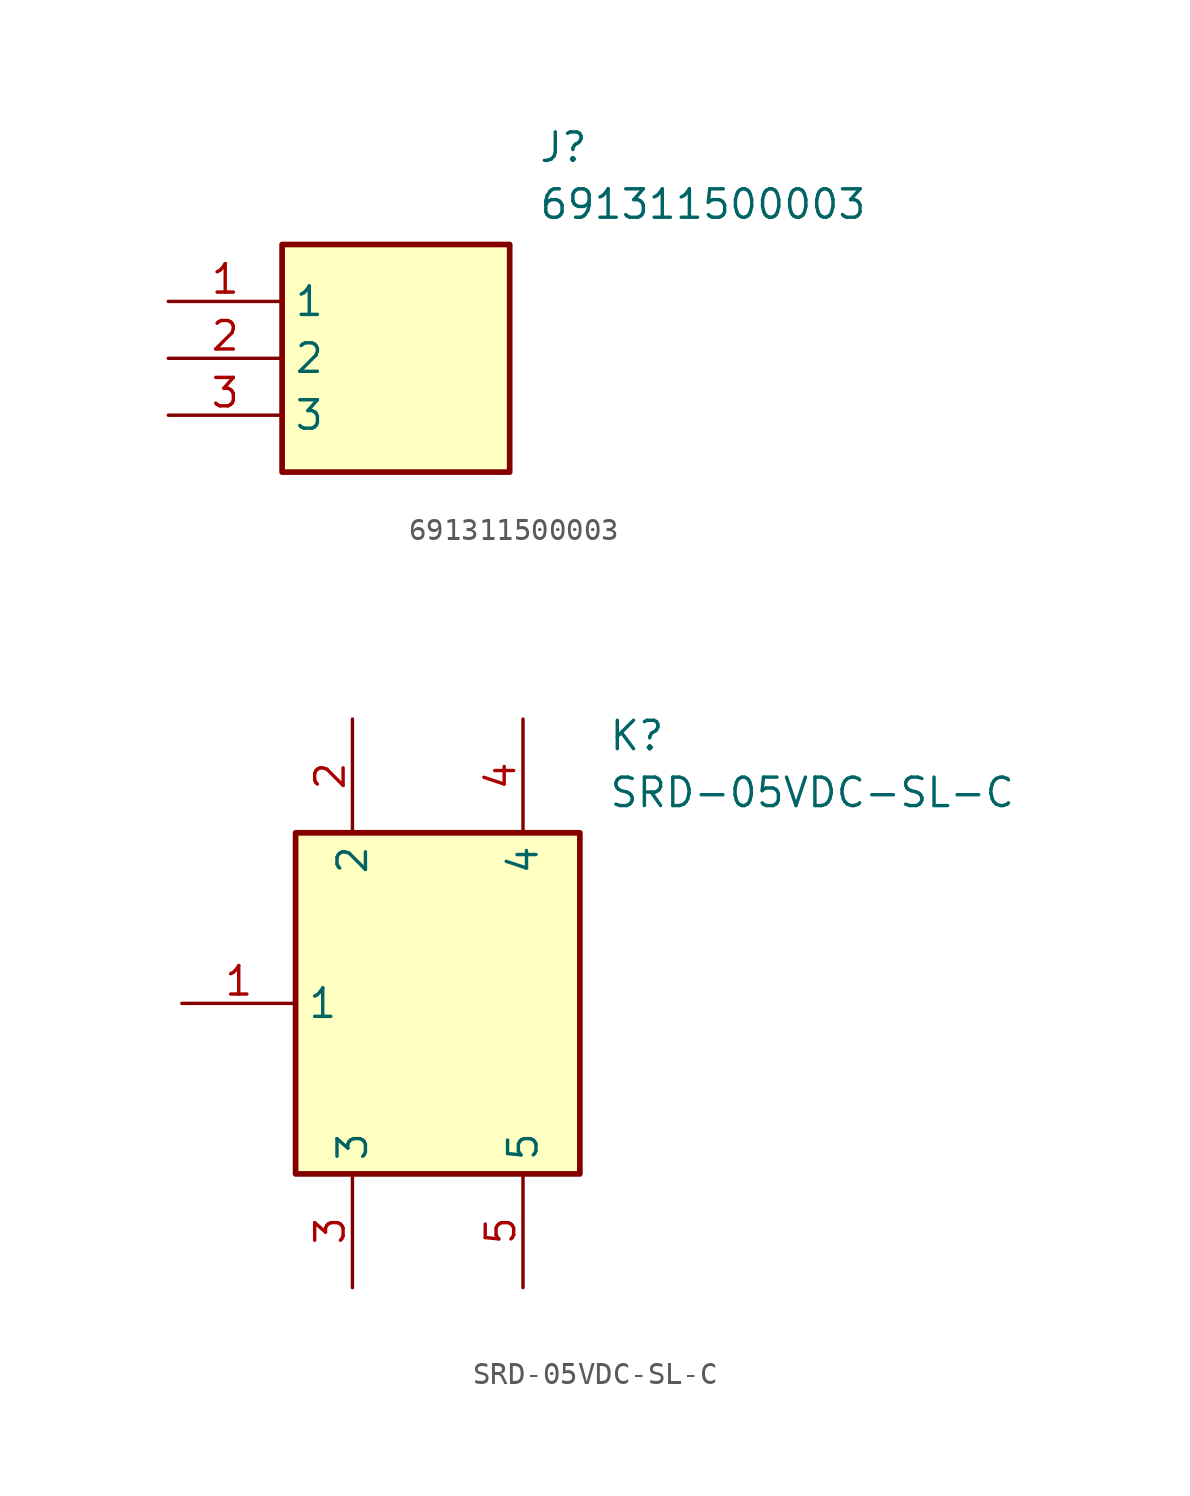
<source format=kicad_sym>
(kicad_symbol_lib
  (version 20220914)
  (generator SamacSys_ECAD_Model)
  (symbol "691311500003"
    (property "Reference" "J"
      (at 16.51 7.62 0)
      (effects (font (size 1.27 1.27)) (justify left top)))
    (property "Value" "691311500003"
      (at 16.51 5.08 0)
      (effects (font (size 1.27 1.27)) (justify left top)))
    (rectangle
      (start 5.08 2.54)
      (end 15.24 -7.62)
      (stroke (width 0.254) (type default))
      (fill (type background)))
    (pin passive line
      (at 0 0 0)
      (length 5.08)
      (name "1" (effects (font (size 1.27 1.27))))
      (number "1" (effects (font (size 1.27 1.27)))))
    (pin passive line
      (at 0 -2.54 0)
      (length 5.08)
      (name "2" (effects (font (size 1.27 1.27))))
      (number "2" (effects (font (size 1.27 1.27)))))
    (pin passive line
      (at 0 -5.08 0)
      (length 5.08)
      (name "3" (effects (font (size 1.27 1.27))))
      (number "3" (effects (font (size 1.27 1.27))))))
  (symbol "SRD-05VDC-SL-C"
    (property "Reference" "K"
      (at 19.05 12.7 0)
      (effects (font (size 1.27 1.27)) (justify left top)))
    (property "Value" "SRD-05VDC-SL-C"
      (at 19.05 10.16 0)
      (effects (font (size 1.27 1.27)) (justify left top)))
    (rectangle
      (start 5.08 7.62)
      (end 17.78 -7.62)
      (stroke (width 0.254) (type default))
      (fill (type background)))
    (pin passive line
      (at 0 0 0)
      (length 5.08)
      (name "1" (effects (font (size 1.27 1.27))))
      (number "1" (effects (font (size 1.27 1.27)))))
    (pin passive line
      (at 7.62 12.7 270)
      (length 5.08)
      (name "2" (effects (font (size 1.27 1.27))))
      (number "2" (effects (font (size 1.27 1.27)))))
    (pin passive line
      (at 7.62 -12.7 90)
      (length 5.08)
      (name "3" (effects (font (size 1.27 1.27))))
      (number "3" (effects (font (size 1.27 1.27)))))
    (pin passive line
      (at 15.24 12.7 270)
      (length 5.08)
      (name "4" (effects (font (size 1.27 1.27))))
      (number "4" (effects (font (size 1.27 1.27)))))
    (pin passive line
      (at 15.24 -12.7 90)
      (length 5.08)
      (name "5" (effects (font (size 1.27 1.27))))
      (number "5" (effects (font (size 1.27 1.27)))))))
</source>
